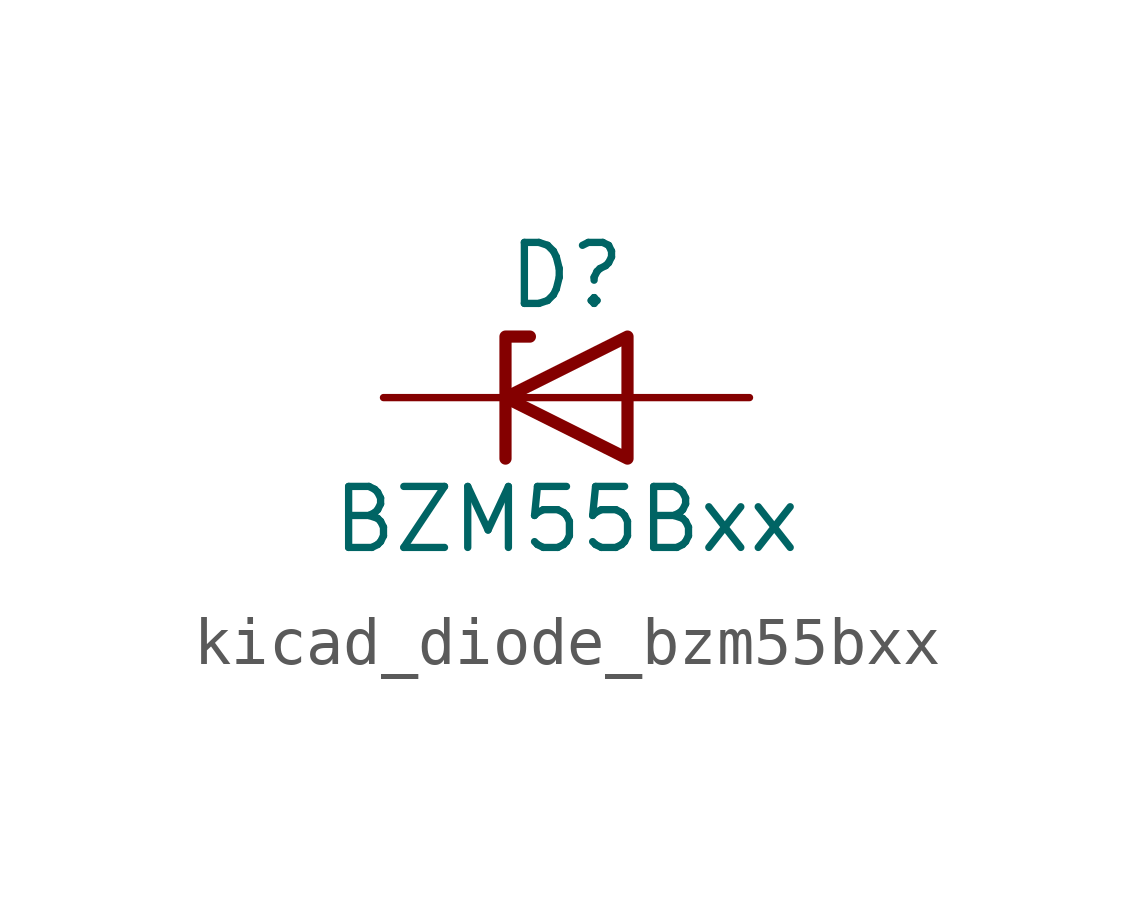
<source format=kicad_sym>
(kicad_symbol_lib
  (version 20220914)
  (generator kicad_symbol_editor)
  (symbol "kicad_diode_bzm55bxx"
    (pin_numbers hide)
    (pin_names hide)
    (property "Reference" "D"
      (at 0 2.54 0)
      (effects (font (size 1.27 1.27))))
    (property "Value" "BZM55Bxx"
      (at 0 -2.54 0)
      (effects (font (size 1.27 1.27))))
    (symbol "kicad_diode_bzm55bxx_0_1"
      (polyline (pts (xy 1.27 0) (xy -1.27 0)) (stroke (width 0) (type default)) (fill (type none)))
      (polyline (pts (xy -1.27 -1.27) (xy -1.27 1.27) (xy -0.762 1.27)) (stroke (width 0.254) (type default)) (fill (type none)))
      (polyline (pts (xy 1.27 -1.27) (xy 1.27 1.27) (xy -1.27 0) (xy 1.27 -1.27)) (stroke (width 0.254) (type default)) (fill (type none))))
    (symbol "kicad_diode_bzm55bxx_1_1"
      (pin passive line (at -3.81 0 0) (length 2.54) (name "K" (effects (font (size 1.27 1.27)))) (number "1" (effects (font (size 1.27 1.27)))))
      (pin passive line (at 3.81 0 180) (length 2.54) (name "A" (effects (font (size 1.27 1.27)))) (number "2" (effects (font (size 1.27 1.27))))))))
</source>
